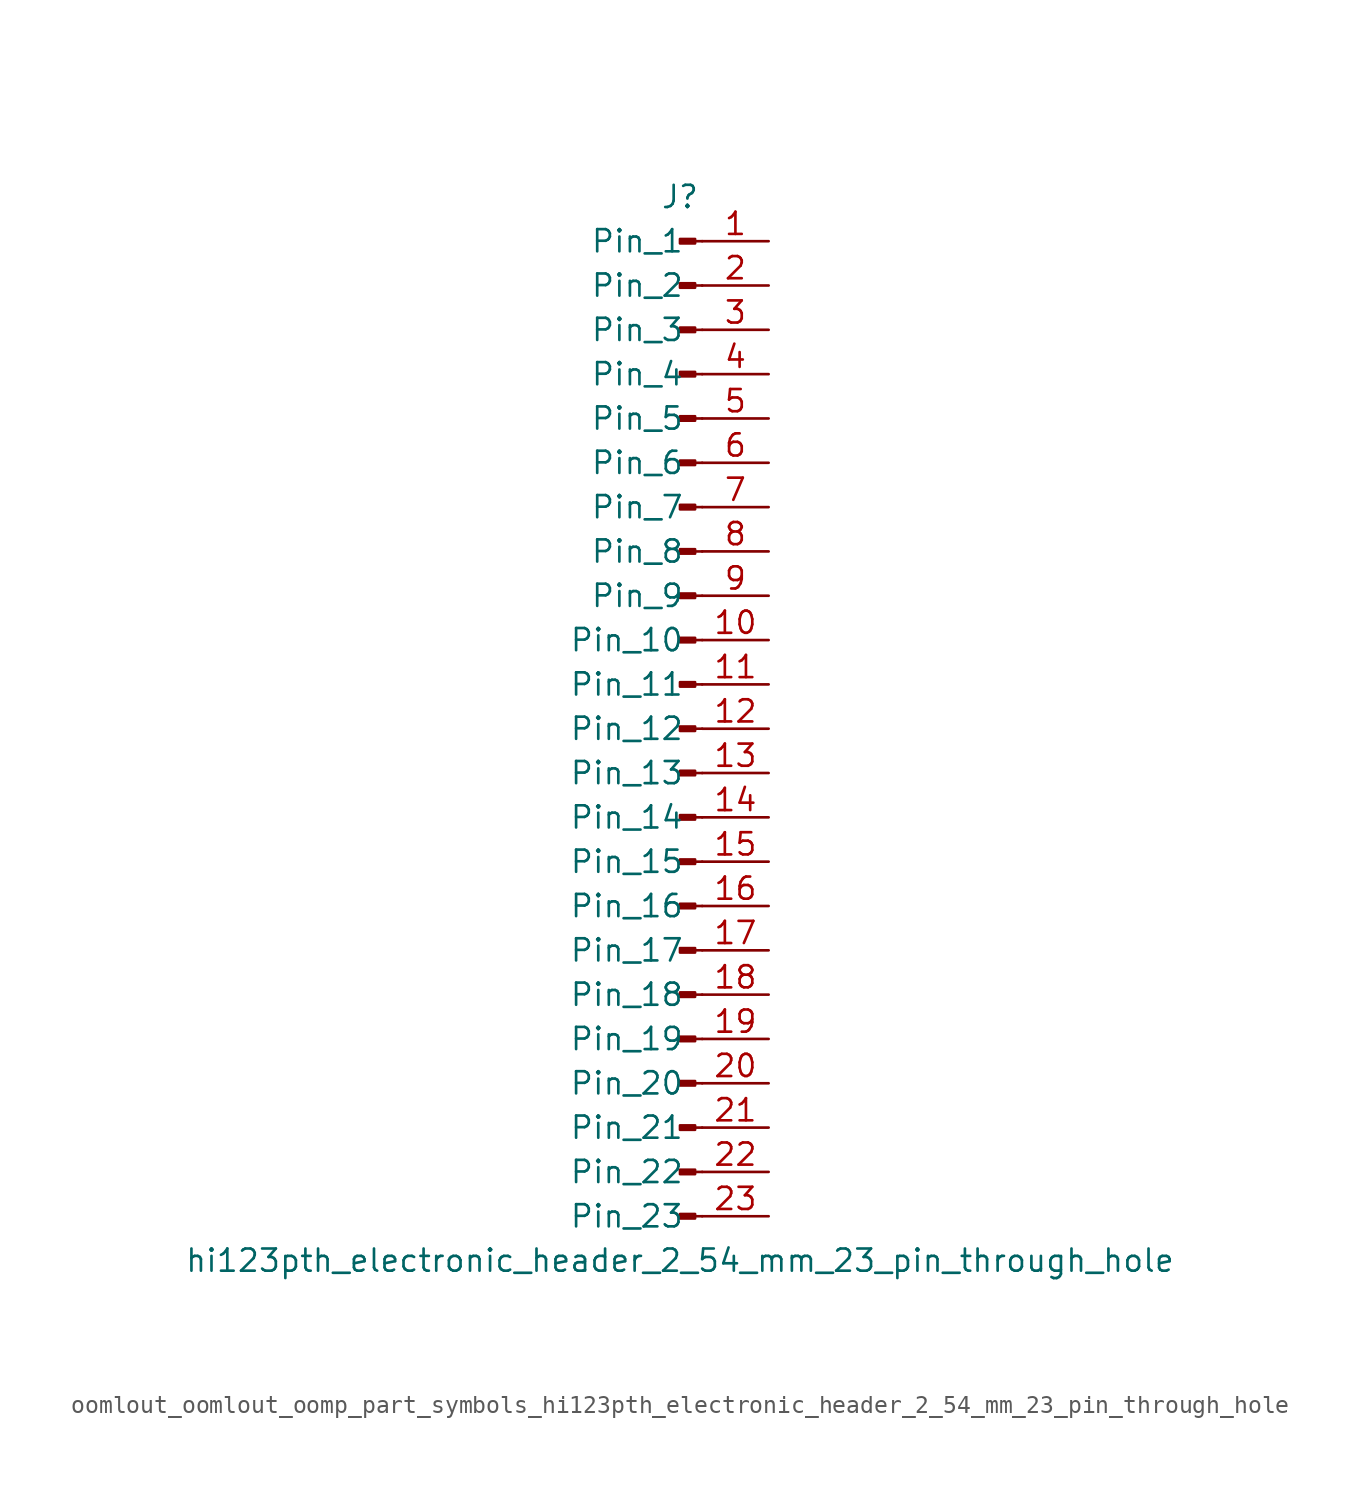
<source format=kicad_sym>
(kicad_symbol_lib
  (version 20220914)
  (generator kicad_symbol_editor)
  (symbol "oomlout_oomlout_oomp_part_symbols_hi123pth_electronic_header_2_54_mm_23_pin_through_hole"
    (pin_names
      (offset 1.016))
    (property "Reference" "J"
      (at 0 30.48 0)
      (effects (font (size 1.27 1.27))))
    (property "Value" "hi123pth_electronic_header_2_54_mm_23_pin_through_hole"
      (at 0 -30.48 0)
      (effects (font (size 1.27 1.27))))
    (property "ki_locked" ""
      (at 0 0 0)
      (effects (font (size 1.27 1.27))))
    (symbol "oomlout_oomlout_oomp_part_symbols_hi123pth_electronic_header_2_54_mm_23_pin_through_hole_1_1"
      (polyline (pts (xy 1.27 -27.94) (xy 0.864 -27.94)) (stroke (width 0.152) (type default)) (fill (type none)))
      (polyline (pts (xy 1.27 -25.4) (xy 0.864 -25.4)) (stroke (width 0.152) (type default)) (fill (type none)))
      (polyline (pts (xy 1.27 -22.86) (xy 0.864 -22.86)) (stroke (width 0.152) (type default)) (fill (type none)))
      (polyline (pts (xy 1.27 -20.32) (xy 0.864 -20.32)) (stroke (width 0.152) (type default)) (fill (type none)))
      (polyline (pts (xy 1.27 -17.78) (xy 0.864 -17.78)) (stroke (width 0.152) (type default)) (fill (type none)))
      (polyline (pts (xy 1.27 -15.24) (xy 0.864 -15.24)) (stroke (width 0.152) (type default)) (fill (type none)))
      (polyline (pts (xy 1.27 -12.7) (xy 0.864 -12.7)) (stroke (width 0.152) (type default)) (fill (type none)))
      (polyline (pts (xy 1.27 -10.16) (xy 0.864 -10.16)) (stroke (width 0.152) (type default)) (fill (type none)))
      (polyline (pts (xy 1.27 -7.62) (xy 0.864 -7.62)) (stroke (width 0.152) (type default)) (fill (type none)))
      (polyline (pts (xy 1.27 -5.08) (xy 0.864 -5.08)) (stroke (width 0.152) (type default)) (fill (type none)))
      (polyline (pts (xy 1.27 -2.54) (xy 0.864 -2.54)) (stroke (width 0.152) (type default)) (fill (type none)))
      (polyline (pts (xy 1.27 0) (xy 0.864 0)) (stroke (width 0.152) (type default)) (fill (type none)))
      (polyline (pts (xy 1.27 2.54) (xy 0.864 2.54)) (stroke (width 0.152) (type default)) (fill (type none)))
      (polyline (pts (xy 1.27 5.08) (xy 0.864 5.08)) (stroke (width 0.152) (type default)) (fill (type none)))
      (polyline (pts (xy 1.27 7.62) (xy 0.864 7.62)) (stroke (width 0.152) (type default)) (fill (type none)))
      (polyline (pts (xy 1.27 10.16) (xy 0.864 10.16)) (stroke (width 0.152) (type default)) (fill (type none)))
      (polyline (pts (xy 1.27 12.7) (xy 0.864 12.7)) (stroke (width 0.152) (type default)) (fill (type none)))
      (polyline (pts (xy 1.27 15.24) (xy 0.864 15.24)) (stroke (width 0.152) (type default)) (fill (type none)))
      (polyline (pts (xy 1.27 17.78) (xy 0.864 17.78)) (stroke (width 0.152) (type default)) (fill (type none)))
      (polyline (pts (xy 1.27 20.32) (xy 0.864 20.32)) (stroke (width 0.152) (type default)) (fill (type none)))
      (polyline (pts (xy 1.27 22.86) (xy 0.864 22.86)) (stroke (width 0.152) (type default)) (fill (type none)))
      (polyline (pts (xy 1.27 25.4) (xy 0.864 25.4)) (stroke (width 0.152) (type default)) (fill (type none)))
      (polyline (pts (xy 1.27 27.94) (xy 0.864 27.94)) (stroke (width 0.152) (type default)) (fill (type none)))
      (rectangle (start 0.864 -27.813) (end 0 -28.067) (stroke (width 0.152) (type default)) (fill (type outline)))
      (rectangle (start 0.864 -25.273) (end 0 -25.527) (stroke (width 0.152) (type default)) (fill (type outline)))
      (rectangle (start 0.864 -22.733) (end 0 -22.987) (stroke (width 0.152) (type default)) (fill (type outline)))
      (rectangle (start 0.864 -20.193) (end 0 -20.447) (stroke (width 0.152) (type default)) (fill (type outline)))
      (rectangle (start 0.864 -17.653) (end 0 -17.907) (stroke (width 0.152) (type default)) (fill (type outline)))
      (rectangle (start 0.864 -15.113) (end 0 -15.367) (stroke (width 0.152) (type default)) (fill (type outline)))
      (rectangle (start 0.864 -12.573) (end 0 -12.827) (stroke (width 0.152) (type default)) (fill (type outline)))
      (rectangle (start 0.864 -10.033) (end 0 -10.287) (stroke (width 0.152) (type default)) (fill (type outline)))
      (rectangle (start 0.864 -7.493) (end 0 -7.747) (stroke (width 0.152) (type default)) (fill (type outline)))
      (rectangle (start 0.864 -4.953) (end 0 -5.207) (stroke (width 0.152) (type default)) (fill (type outline)))
      (rectangle (start 0.864 -2.413) (end 0 -2.667) (stroke (width 0.152) (type default)) (fill (type outline)))
      (rectangle (start 0.864 0.127) (end 0 -0.127) (stroke (width 0.152) (type default)) (fill (type outline)))
      (rectangle (start 0.864 2.667) (end 0 2.413) (stroke (width 0.152) (type default)) (fill (type outline)))
      (rectangle (start 0.864 5.207) (end 0 4.953) (stroke (width 0.152) (type default)) (fill (type outline)))
      (rectangle (start 0.864 7.747) (end 0 7.493) (stroke (width 0.152) (type default)) (fill (type outline)))
      (rectangle (start 0.864 10.287) (end 0 10.033) (stroke (width 0.152) (type default)) (fill (type outline)))
      (rectangle (start 0.864 12.827) (end 0 12.573) (stroke (width 0.152) (type default)) (fill (type outline)))
      (rectangle (start 0.864 15.367) (end 0 15.113) (stroke (width 0.152) (type default)) (fill (type outline)))
      (rectangle (start 0.864 17.907) (end 0 17.653) (stroke (width 0.152) (type default)) (fill (type outline)))
      (rectangle (start 0.864 20.447) (end 0 20.193) (stroke (width 0.152) (type default)) (fill (type outline)))
      (rectangle (start 0.864 22.987) (end 0 22.733) (stroke (width 0.152) (type default)) (fill (type outline)))
      (rectangle (start 0.864 25.527) (end 0 25.273) (stroke (width 0.152) (type default)) (fill (type outline)))
      (rectangle (start 0.864 28.067) (end 0 27.813) (stroke (width 0.152) (type default)) (fill (type outline)))
      (pin passive line (at 5.08 27.94 180) (length 3.81) (name "Pin_1" (effects (font (size 1.27 1.27)))) (number "1" (effects (font (size 1.27 1.27)))))
      (pin passive line (at 5.08 5.08 180) (length 3.81) (name "Pin_10" (effects (font (size 1.27 1.27)))) (number "10" (effects (font (size 1.27 1.27)))))
      (pin passive line (at 5.08 2.54 180) (length 3.81) (name "Pin_11" (effects (font (size 1.27 1.27)))) (number "11" (effects (font (size 1.27 1.27)))))
      (pin passive line (at 5.08 0 180) (length 3.81) (name "Pin_12" (effects (font (size 1.27 1.27)))) (number "12" (effects (font (size 1.27 1.27)))))
      (pin passive line (at 5.08 -2.54 180) (length 3.81) (name "Pin_13" (effects (font (size 1.27 1.27)))) (number "13" (effects (font (size 1.27 1.27)))))
      (pin passive line (at 5.08 -5.08 180) (length 3.81) (name "Pin_14" (effects (font (size 1.27 1.27)))) (number "14" (effects (font (size 1.27 1.27)))))
      (pin passive line (at 5.08 -7.62 180) (length 3.81) (name "Pin_15" (effects (font (size 1.27 1.27)))) (number "15" (effects (font (size 1.27 1.27)))))
      (pin passive line (at 5.08 -10.16 180) (length 3.81) (name "Pin_16" (effects (font (size 1.27 1.27)))) (number "16" (effects (font (size 1.27 1.27)))))
      (pin passive line (at 5.08 -12.7 180) (length 3.81) (name "Pin_17" (effects (font (size 1.27 1.27)))) (number "17" (effects (font (size 1.27 1.27)))))
      (pin passive line (at 5.08 -15.24 180) (length 3.81) (name "Pin_18" (effects (font (size 1.27 1.27)))) (number "18" (effects (font (size 1.27 1.27)))))
      (pin passive line (at 5.08 -17.78 180) (length 3.81) (name "Pin_19" (effects (font (size 1.27 1.27)))) (number "19" (effects (font (size 1.27 1.27)))))
      (pin passive line (at 5.08 25.4 180) (length 3.81) (name "Pin_2" (effects (font (size 1.27 1.27)))) (number "2" (effects (font (size 1.27 1.27)))))
      (pin passive line (at 5.08 -20.32 180) (length 3.81) (name "Pin_20" (effects (font (size 1.27 1.27)))) (number "20" (effects (font (size 1.27 1.27)))))
      (pin passive line (at 5.08 -22.86 180) (length 3.81) (name "Pin_21" (effects (font (size 1.27 1.27)))) (number "21" (effects (font (size 1.27 1.27)))))
      (pin passive line (at 5.08 -25.4 180) (length 3.81) (name "Pin_22" (effects (font (size 1.27 1.27)))) (number "22" (effects (font (size 1.27 1.27)))))
      (pin passive line (at 5.08 -27.94 180) (length 3.81) (name "Pin_23" (effects (font (size 1.27 1.27)))) (number "23" (effects (font (size 1.27 1.27)))))
      (pin passive line (at 5.08 22.86 180) (length 3.81) (name "Pin_3" (effects (font (size 1.27 1.27)))) (number "3" (effects (font (size 1.27 1.27)))))
      (pin passive line (at 5.08 20.32 180) (length 3.81) (name "Pin_4" (effects (font (size 1.27 1.27)))) (number "4" (effects (font (size 1.27 1.27)))))
      (pin passive line (at 5.08 17.78 180) (length 3.81) (name "Pin_5" (effects (font (size 1.27 1.27)))) (number "5" (effects (font (size 1.27 1.27)))))
      (pin passive line (at 5.08 15.24 180) (length 3.81) (name "Pin_6" (effects (font (size 1.27 1.27)))) (number "6" (effects (font (size 1.27 1.27)))))
      (pin passive line (at 5.08 12.7 180) (length 3.81) (name "Pin_7" (effects (font (size 1.27 1.27)))) (number "7" (effects (font (size 1.27 1.27)))))
      (pin passive line (at 5.08 10.16 180) (length 3.81) (name "Pin_8" (effects (font (size 1.27 1.27)))) (number "8" (effects (font (size 1.27 1.27)))))
      (pin passive line (at 5.08 7.62 180) (length 3.81) (name "Pin_9" (effects (font (size 1.27 1.27)))) (number "9" (effects (font (size 1.27 1.27))))))))
</source>
